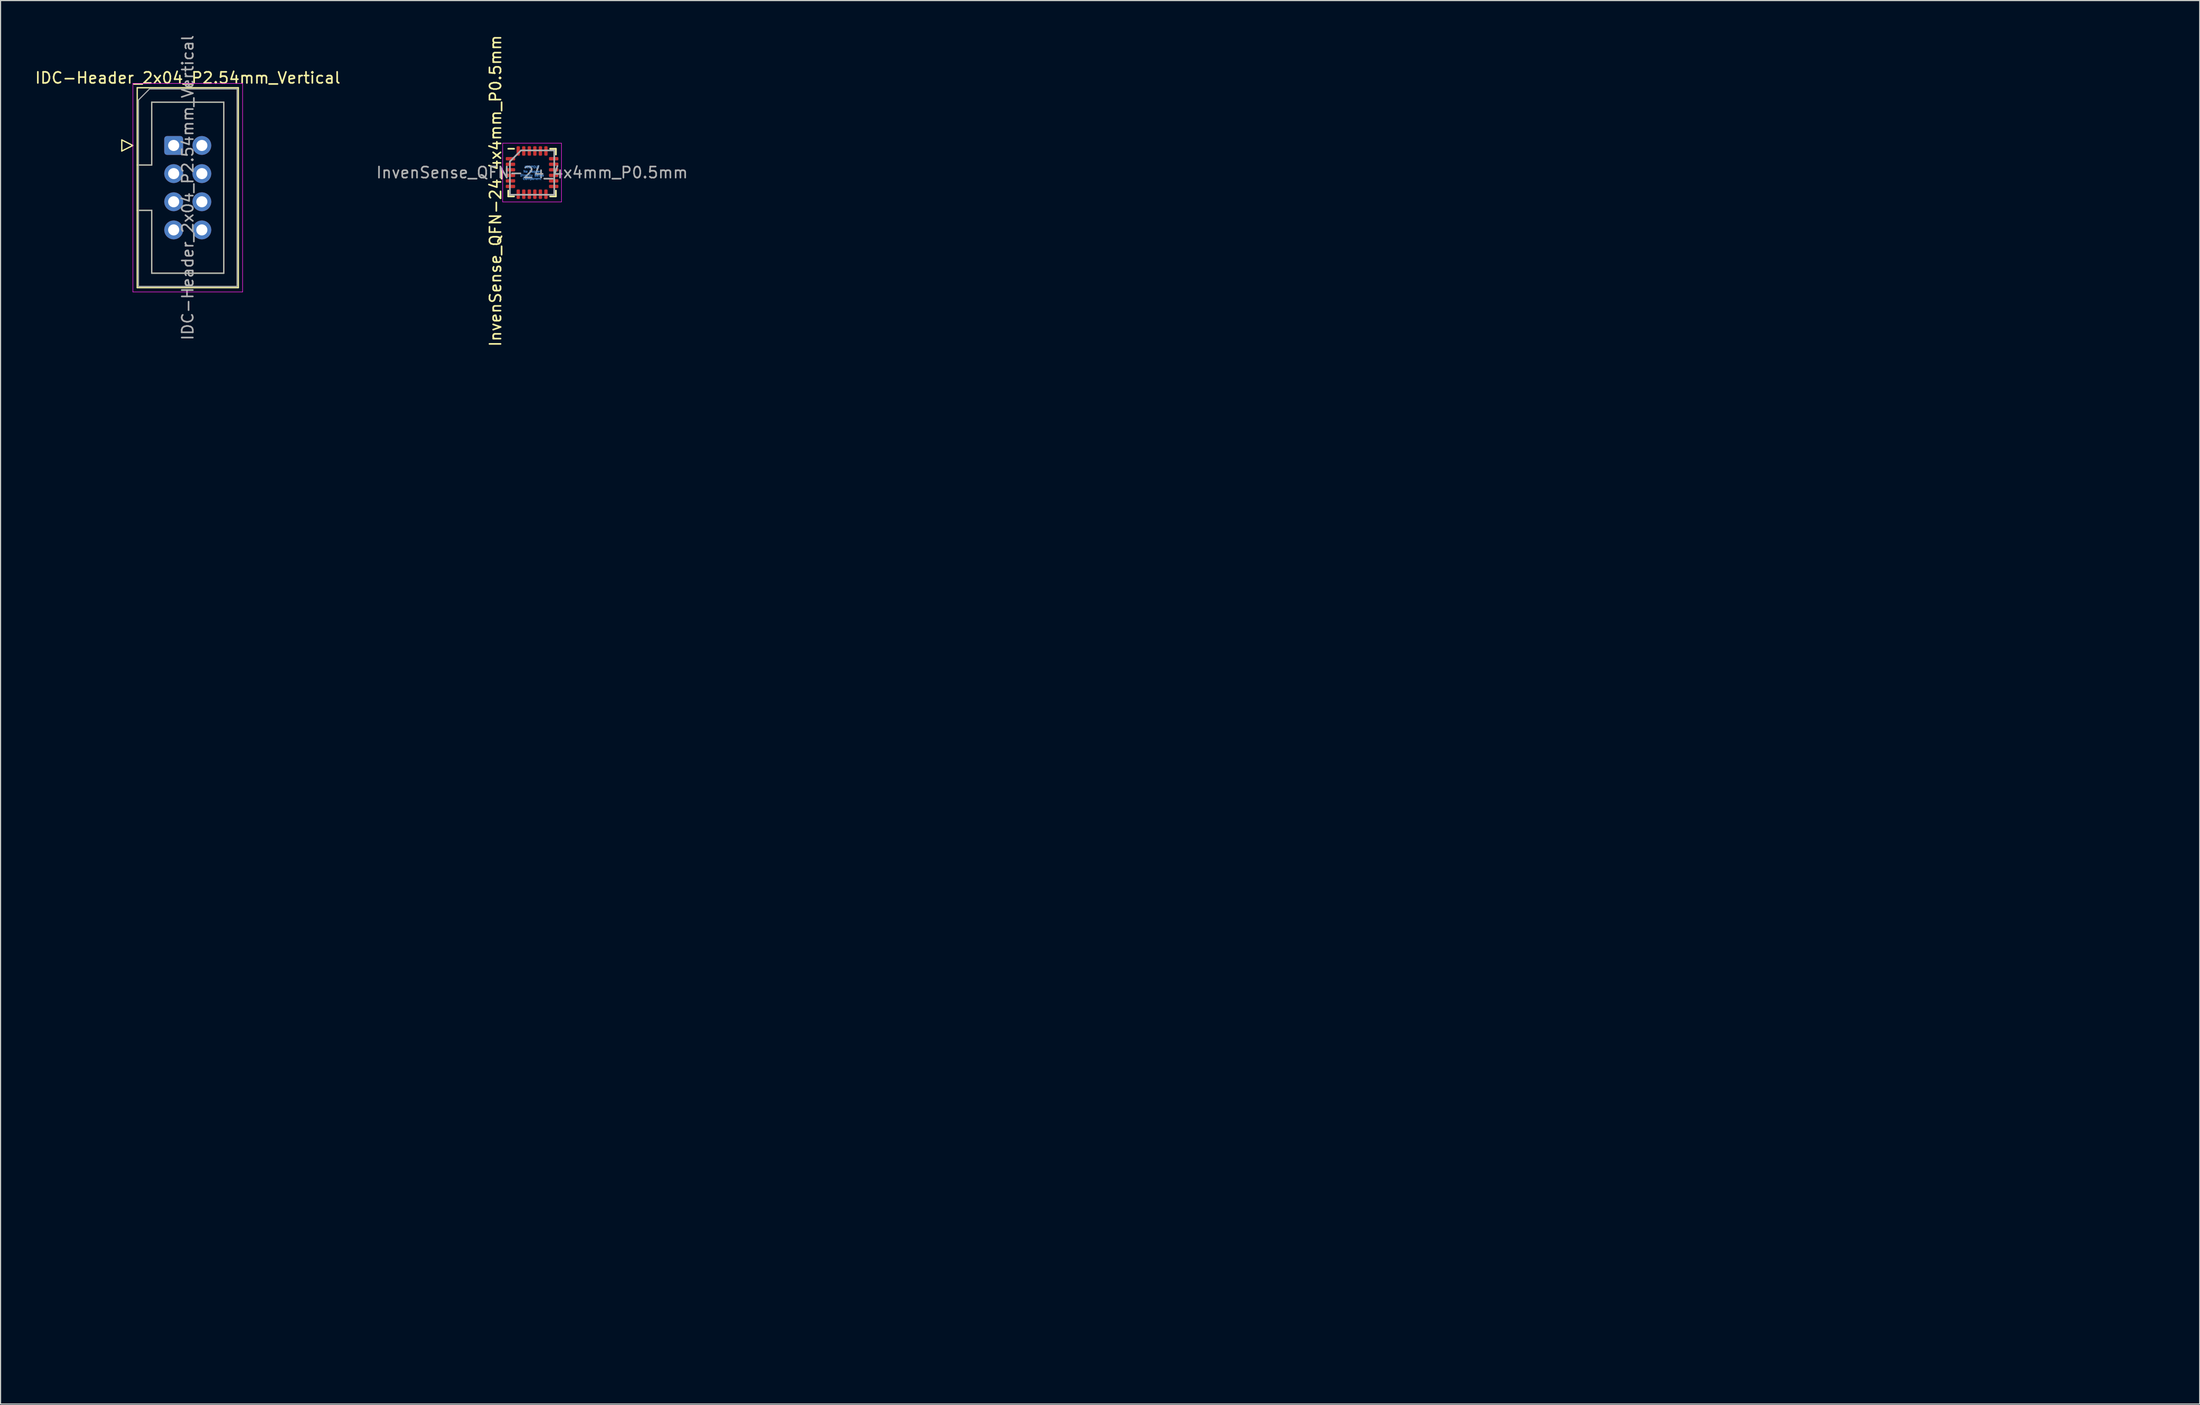
<source format=kicad_pcb>
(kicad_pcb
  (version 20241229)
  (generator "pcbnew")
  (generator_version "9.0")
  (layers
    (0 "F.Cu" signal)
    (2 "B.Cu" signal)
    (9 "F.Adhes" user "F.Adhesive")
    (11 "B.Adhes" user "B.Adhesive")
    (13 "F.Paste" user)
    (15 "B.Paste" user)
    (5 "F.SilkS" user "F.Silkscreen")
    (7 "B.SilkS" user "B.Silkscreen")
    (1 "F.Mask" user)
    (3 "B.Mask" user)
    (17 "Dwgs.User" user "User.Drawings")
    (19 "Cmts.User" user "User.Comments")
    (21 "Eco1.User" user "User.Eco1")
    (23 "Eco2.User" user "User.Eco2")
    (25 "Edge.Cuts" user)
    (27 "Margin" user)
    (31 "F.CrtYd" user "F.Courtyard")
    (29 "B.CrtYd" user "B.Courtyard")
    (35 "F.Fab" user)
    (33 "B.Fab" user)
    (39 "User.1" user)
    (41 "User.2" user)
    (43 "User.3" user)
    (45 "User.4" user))
  (footprint "IDC-Header_2x04_P2.54mm_Vertical"
    (layer "F.Cu")
    (at 12.617 10.077)
    (property "Reference" "IDC-Header_2x04_P2.54mm_Vertical" (at 1.27 -6.1 180) (layer "F.SilkS") (effects (font (size 1 1) (thickness 0.15))))
    (attr through_hole)
    (fp_line (start -4.68 -0.5) (end -4.68 0.5) (stroke (width 0.12) (type solid)) (layer "F.SilkS"))
    (fp_line (start -4.68 0.5) (end -3.68 0) (stroke (width 0.12) (type solid)) (layer "F.SilkS"))
    (fp_line (start -3.68 0) (end -4.68 -0.5) (stroke (width 0.12) (type solid)) (layer "F.SilkS"))
    (fp_line (start -3.29 -5.21) (end 5.83 -5.21) (stroke (width 0.12) (type solid)) (layer "F.SilkS"))
    (fp_line (start -3.29 1.76) (end -1.98 1.76) (stroke (width 0.12) (type solid)) (layer "F.SilkS"))
    (fp_line (start -3.29 12.83) (end -3.29 -5.21) (stroke (width 0.12) (type solid)) (layer "F.SilkS"))
    (fp_line (start -1.98 -3.91) (end 4.52 -3.91) (stroke (width 0.12) (type solid)) (layer "F.SilkS"))
    (fp_line (start -1.98 1.76) (end -1.98 -3.91) (stroke (width 0.12) (type solid)) (layer "F.SilkS"))
    (fp_line (start -1.98 5.86) (end -3.29 5.86) (stroke (width 0.12) (type solid)) (layer "F.SilkS"))
    (fp_line (start -1.98 5.86) (end -1.98 5.86) (stroke (width 0.12) (type solid)) (layer "F.SilkS"))
    (fp_line (start -1.98 11.53) (end -1.98 5.86) (stroke (width 0.12) (type solid)) (layer "F.SilkS"))
    (fp_line (start 4.52 -3.91) (end 4.52 11.53) (stroke (width 0.12) (type solid)) (layer "F.SilkS"))
    (fp_line (start 4.52 11.53) (end -1.98 11.53) (stroke (width 0.12) (type solid)) (layer "F.SilkS"))
    (fp_line (start 5.83 -5.21) (end 5.83 12.83) (stroke (width 0.12) (type solid)) (layer "F.SilkS"))
    (fp_line (start 5.83 12.83) (end -3.29 12.83) (stroke (width 0.12) (type solid)) (layer "F.SilkS"))
    (fp_line (start -3.68 -5.6) (end -3.68 13.22) (stroke (width 0.05) (type solid)) (layer "F.CrtYd"))
    (fp_line (start -3.68 13.22) (end 6.22 13.22) (stroke (width 0.05) (type solid)) (layer "F.CrtYd"))
    (fp_line (start 6.22 -5.6) (end -3.68 -5.6) (stroke (width 0.05) (type solid)) (layer "F.CrtYd"))
    (fp_line (start 6.22 13.22) (end 6.22 -5.6) (stroke (width 0.05) (type solid)) (layer "F.CrtYd"))
    (fp_line (start -3.18 -4.1) (end -2.18 -5.1) (stroke (width 0.1) (type solid)) (layer "F.Fab"))
    (fp_line (start -3.18 1.76) (end -1.98 1.76) (stroke (width 0.1) (type solid)) (layer "F.Fab"))
    (fp_line (start -3.18 12.72) (end -3.18 -4.1) (stroke (width 0.1) (type solid)) (layer "F.Fab"))
    (fp_line (start -2.18 -5.1) (end 5.72 -5.1) (stroke (width 0.1) (type solid)) (layer "F.Fab"))
    (fp_line (start -1.98 -3.91) (end 4.52 -3.91) (stroke (width 0.1) (type solid)) (layer "F.Fab"))
    (fp_line (start -1.98 1.76) (end -1.98 -3.91) (stroke (width 0.1) (type solid)) (layer "F.Fab"))
    (fp_line (start -1.98 5.86) (end -3.18 5.86) (stroke (width 0.1) (type solid)) (layer "F.Fab"))
    (fp_line (start -1.98 5.86) (end -1.98 5.86) (stroke (width 0.1) (type solid)) (layer "F.Fab"))
    (fp_line (start -1.98 11.53) (end -1.98 5.86) (stroke (width 0.1) (type solid)) (layer "F.Fab"))
    (fp_line (start 4.52 -3.91) (end 4.52 11.53) (stroke (width 0.1) (type solid)) (layer "F.Fab"))
    (fp_line (start 4.52 11.53) (end -1.98 11.53) (stroke (width 0.1) (type solid)) (layer "F.Fab"))
    (fp_line (start 5.72 -5.1) (end 5.72 12.72) (stroke (width 0.1) (type solid)) (layer "F.Fab"))
    (fp_line (start 5.72 12.72) (end -3.18 12.72) (stroke (width 0.1) (type solid)) (layer "F.Fab"))
    (fp_text user "${REFERENCE}" (at 1.27 3.81 90) (layer "F.Fab") (effects (font (size 1 1) (thickness 0.15))))
    (pad "1" thru_hole roundrect (at 0 0) (size 1.7 1.7) (drill 1) (layers "*.Cu" "*.Mask") (roundrect_rratio 0.147))
    (pad "2" thru_hole circle (at 2.54 0) (size 1.7 1.7) (drill 1) (layers "*.Cu" "*.Mask"))
    (pad "3" thru_hole circle (at 0 2.54) (size 1.7 1.7) (drill 1) (layers "*.Cu" "*.Mask"))
    (pad "4" thru_hole circle (at 2.54 2.54) (size 1.7 1.7) (drill 1) (layers "*.Cu" "*.Mask"))
    (pad "5" thru_hole circle (at 0 5.08) (size 1.7 1.7) (drill 1) (layers "*.Cu" "*.Mask"))
    (pad "6" thru_hole circle (at 2.54 5.08) (size 1.7 1.7) (drill 1) (layers "*.Cu" "*.Mask"))
    (pad "7" thru_hole circle (at 0 7.62) (size 1.7 1.7) (drill 1) (layers "*.Cu" "*.Mask"))
    (pad "8" thru_hole circle (at 2.54 7.62) (size 1.7 1.7) (drill 1) (layers "*.Cu" "*.Mask")))
  (footprint "InvenSense_QFN-24_4x4mm_P0.5mm"
    (layer "F.Cu")
    (at 44.946 12.523)
    (property "Reference" "InvenSense_QFN-24_4x4mm_P0.5mm" (at -3.3 1.65 90) (layer "F.SilkS") (effects (font (size 1 1) (thickness 0.15))))
    (attr smd)
    (fp_line (start -2.15 -2.15) (end -1.625 -2.15) (stroke (width 0.15) (type solid)) (layer "F.SilkS"))
    (fp_line (start -2.15 2.15) (end -2.15 1.625) (stroke (width 0.15) (type solid)) (layer "F.SilkS"))
    (fp_line (start -2.15 2.15) (end -1.625 2.15) (stroke (width 0.15) (type solid)) (layer "F.SilkS"))
    (fp_line (start 2.15 -2.15) (end 1.625 -2.15) (stroke (width 0.15) (type solid)) (layer "F.SilkS"))
    (fp_line (start 2.15 -2.15) (end 2.15 -1.625) (stroke (width 0.15) (type solid)) (layer "F.SilkS"))
    (fp_line (start 2.15 2.15) (end 1.625 2.15) (stroke (width 0.15) (type solid)) (layer "F.SilkS"))
    (fp_line (start 2.15 2.15) (end 2.15 1.625) (stroke (width 0.15) (type solid)) (layer "F.SilkS"))
    (fp_line (start -2.65 -2.65) (end -2.65 2.65) (stroke (width 0.05) (type solid)) (layer "F.CrtYd"))
    (fp_line (start -2.65 -2.65) (end 2.65 -2.65) (stroke (width 0.05) (type solid)) (layer "F.CrtYd"))
    (fp_line (start -2.65 2.65) (end 2.65 2.65) (stroke (width 0.05) (type solid)) (layer "F.CrtYd"))
    (fp_line (start 2.65 -2.65) (end 2.65 2.65) (stroke (width 0.05) (type solid)) (layer "F.CrtYd"))
    (fp_line (start -2 -1) (end -1 -2) (stroke (width 0.15) (type solid)) (layer "F.Fab"))
    (fp_line (start -2 2) (end -2 -1) (stroke (width 0.15) (type solid)) (layer "F.Fab"))
    (fp_line (start -1 -2) (end 2 -2) (stroke (width 0.15) (type solid)) (layer "F.Fab"))
    (fp_line (start 2 -2) (end 2 2) (stroke (width 0.15) (type solid)) (layer "F.Fab"))
    (fp_line (start 2 2) (end -2 2) (stroke (width 0.15) (type solid)) (layer "F.Fab"))
    (fp_text user "Component" (at 0 0.55 180) (layer "Cmts.User") (effects (font (size 0.2 0.2) (thickness 0.04))))
    (fp_text user "KEEPOUT" (at 0 -0.5 180) (layer "Cmts.User") (effects (font (size 0.2 0.2) (thickness 0.04))))
    (fp_text user "Directly Below" (at 0 0.25 180) (layer "Cmts.User") (effects (font (size 0.2 0.2) (thickness 0.04))))
    (fp_text user "No Copper" (at 0 -0.1 180) (layer "Cmts.User") (effects (font (size 0.2 0.2) (thickness 0.04))))
    (fp_text user "${REFERENCE}" (at 0 0 180) (layer "F.Fab") (effects (font (size 1 1) (thickness 0.15))))
    (pad "1" smd roundrect (at -1.95 -1.25) (size 0.85 0.3) (layers "F.Cu" "F.Mask" "F.Paste") (roundrect_rratio 0.25))
    (pad "2" smd roundrect (at -1.95 -0.75) (size 0.85 0.3) (layers "F.Cu" "F.Mask" "F.Paste") (roundrect_rratio 0.25))
    (pad "3" smd roundrect (at -1.95 -0.25) (size 0.85 0.3) (layers "F.Cu" "F.Mask" "F.Paste") (roundrect_rratio 0.25))
    (pad "4" smd roundrect (at -1.95 0.25) (size 0.85 0.3) (layers "F.Cu" "F.Mask" "F.Paste") (roundrect_rratio 0.25))
    (pad "5" smd roundrect (at -1.95 0.75) (size 0.85 0.3) (layers "F.Cu" "F.Mask" "F.Paste") (roundrect_rratio 0.25))
    (pad "6" smd roundrect (at -1.95 1.25) (size 0.85 0.3) (layers "F.Cu" "F.Mask" "F.Paste") (roundrect_rratio 0.25))
    (pad "7" smd roundrect (at -1.25 1.95 90) (size 0.85 0.3) (layers "F.Cu" "F.Mask" "F.Paste") (roundrect_rratio 0.25))
    (pad "8" smd roundrect (at -0.75 1.95 90) (size 0.85 0.3) (layers "F.Cu" "F.Mask" "F.Paste") (roundrect_rratio 0.25))
    (pad "9" smd roundrect (at -0.25 1.95 90) (size 0.85 0.3) (layers "F.Cu" "F.Mask" "F.Paste") (roundrect_rratio 0.25))
    (pad "10" smd roundrect (at 0.25 1.95 90) (size 0.85 0.3) (layers "F.Cu" "F.Mask" "F.Paste") (roundrect_rratio 0.25))
    (pad "11" smd roundrect (at 0.75 1.95 90) (size 0.85 0.3) (layers "F.Cu" "F.Mask" "F.Paste") (roundrect_rratio 0.25))
    (pad "12" smd roundrect (at 1.25 1.95 90) (size 0.85 0.3) (layers "F.Cu" "F.Mask" "F.Paste") (roundrect_rratio 0.25))
    (pad "13" smd roundrect (at 1.95 1.25) (size 0.85 0.3) (layers "F.Cu" "F.Mask" "F.Paste") (roundrect_rratio 0.25))
    (pad "14" smd roundrect (at 1.95 0.75) (size 0.85 0.3) (layers "F.Cu" "F.Mask" "F.Paste") (roundrect_rratio 0.25))
    (pad "15" smd roundrect (at 1.95 0.25) (size 0.85 0.3) (layers "F.Cu" "F.Mask" "F.Paste") (roundrect_rratio 0.25))
    (pad "16" smd roundrect (at 1.95 -0.25) (size 0.85 0.3) (layers "F.Cu" "F.Mask" "F.Paste") (roundrect_rratio 0.25))
    (pad "17" smd roundrect (at 1.95 -0.75) (size 0.85 0.3) (layers "F.Cu" "F.Mask" "F.Paste") (roundrect_rratio 0.25))
    (pad "18" smd roundrect (at 1.95 -1.25) (size 0.85 0.3) (layers "F.Cu" "F.Mask" "F.Paste") (roundrect_rratio 0.25))
    (pad "19" smd roundrect (at 1.25 -1.95 90) (size 0.85 0.3) (layers "F.Cu" "F.Mask" "F.Paste") (roundrect_rratio 0.25))
    (pad "20" smd roundrect (at 0.75 -1.95 90) (size 0.85 0.3) (layers "F.Cu" "F.Mask" "F.Paste") (roundrect_rratio 0.25))
    (pad "21" smd roundrect (at 0.25 -1.95 90) (size 0.85 0.3) (layers "F.Cu" "F.Mask" "F.Paste") (roundrect_rratio 0.25))
    (pad "22" smd roundrect (at -0.25 -1.95 90) (size 0.85 0.3) (layers "F.Cu" "F.Mask" "F.Paste") (roundrect_rratio 0.25))
    (pad "23" smd roundrect (at -0.75 -1.95 90) (size 0.85 0.3) (layers "F.Cu" "F.Mask" "F.Paste") (roundrect_rratio 0.25))
    (pad "24" smd roundrect (at -1.25 -1.95 90) (size 0.85 0.3) (layers "F.Cu" "F.Mask" "F.Paste") (roundrect_rratio 0.25))
    (zone (net_name "") (layer "F.Cu") (hatch full 0.508) (connect_pads) (min_thickness 0.254) (filled_areas_thickness no) (keepout (tracks not_allowed) (vias not_allowed) (pads not_allowed) (copperpour not_allowed) (footprints allowed)) (placement (enabled no)) (fill) (polygon (pts (xy 189.621 117.998) (xy 192.371 117.998) (xy 192.371 120.648) (xy 189.621 120.648)))))
  (gr_rect
    (start -3 -3)
    (end 195.371 123.648)
    (stroke (width 0.1) (type default))
    (fill no)
    (layer "Edge.Cuts")))
</source>
